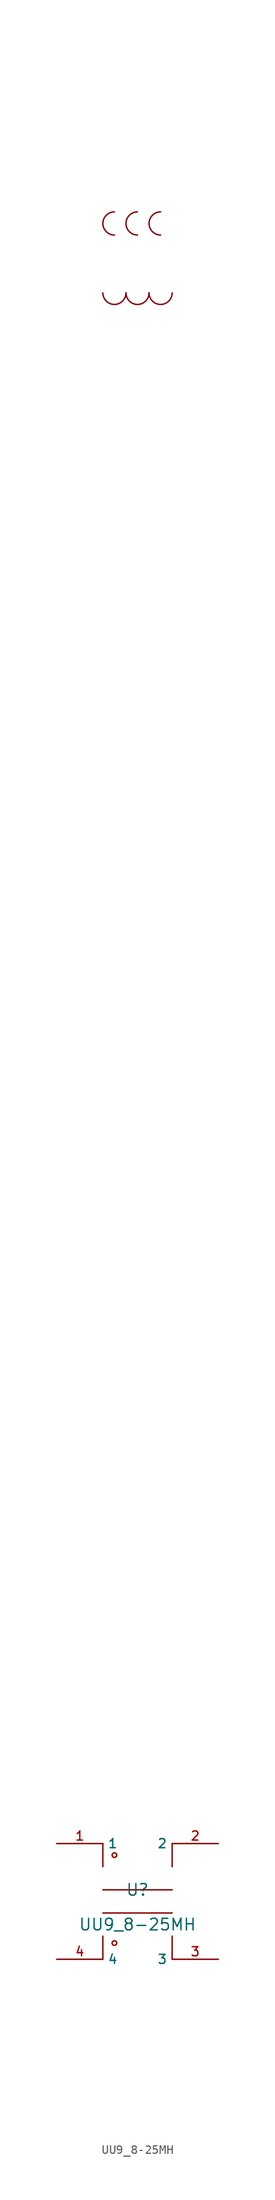
<source format=kicad_sym>
(kicad_symbol_lib
  (version 20210201)
  (generator TousstNicolas/JLC2KiCad_lib)
  (symbol "UU9_8-25MH"
    (property "Reference" "U"
      (at 0 1.27 0)
      (effects (font (size 1.27 1.27))))
    (property "Value" "UU9_8-25MH"
      (at 0 -2.54 0)
      (effects (font (size 1.27 1.27))))
    (symbol "UU9_8-25MH_0_1"
      (circle (center -2.54 -4.572) (radius 0.254) (stroke (width 0) (type default) (color 0 0 0 0)) (fill (type background)))
      (circle (center -2.54 5.08) (radius 0.254) (stroke (width 0) (type default) (color 0 0 0 0)) (fill (type background)))
      (polyline (pts (xy -3.81 -1.27) (xy 3.81 -1.27)) (stroke (width 0) (type default) (color 0 0 0 0)) (fill (type none)))
      (polyline (pts (xy -3.81 1.27) (xy 3.81 1.27)) (stroke (width 0) (type default) (color 0 0 0 0)) (fill (type none)))
      (polyline (pts (xy -3.81 -6.35) (xy -3.81 -3.81)) (stroke (width 0) (type default) (color 0 0 0 0)) (fill (type none)))
      (polyline (pts (xy 3.81 -6.35) (xy 3.81 -3.81)) (stroke (width 0) (type default) (color 0 0 0 0)) (fill (type none)))
      (arc (start -2.54000508001016 182.88036576073154) (mid -3.81000762001524 184.1503683007366) (end -2.54000508001016 185.4203708407417) (stroke (width 0) (type default) (color 0 0 0 0)) (fill (type none)))
      (arc (start 0.0 182.88036576073154) (mid -1.27000254000508 184.1503683007366) (end 0.0 185.4203708407417) (stroke (width 0) (type default) (color 0 0 0 0)) (fill (type none)))
      (arc (start 2.54000508001016 182.88036576073154) (mid 1.27000254000508 184.1503683007366) (end 2.54000508001016 185.4203708407417) (stroke (width 0) (type default) (color 0 0 0 0)) (fill (type none)))
      (polyline (pts (xy 3.81 6.35) (xy 3.81 3.81)) (stroke (width 0) (type default) (color 0 0 0 0)) (fill (type none)))
      (polyline (pts (xy -3.81 6.35) (xy -3.81 3.81)) (stroke (width 0) (type default) (color 0 0 0 0)) (fill (type none)))
      (arc (start 3.81000762001524 176.53035306070612) (mid 2.54000508001016 175.26035052070105) (end 1.27000254000508 176.53035306070612) (stroke (width 0) (type default) (color 0 0 0 0)) (fill (type none)))
      (arc (start 1.27000254000508 176.53035306070612) (mid 0.0 175.26035052070105) (end -1.27000254000508 176.53035306070612) (stroke (width 0) (type default) (color 0 0 0 0)) (fill (type none)))
      (arc (start -1.27000254000508 176.53035306070612) (mid -2.54000508001016 175.26035052070105) (end -3.81000762001524 176.53035306070612) (stroke (width 0) (type default) (color 0 0 0 0)) (fill (type none)))
      (pin unspecified line (at -8.89 -6.35 0) (length 5.08) (name "4" (effects (font (size 1 1)))) (number "4" (effects (font (size 1 1)))))
      (pin unspecified line (at 8.89 -6.35 180) (length 5.08) (name "3" (effects (font (size 1 1)))) (number "3" (effects (font (size 1 1)))))
      (pin unspecified line (at 8.89 6.35 180) (length 5.08) (name "2" (effects (font (size 1 1)))) (number "2" (effects (font (size 1 1)))))
      (pin unspecified line (at -8.89 6.35 0) (length 5.08) (name "1" (effects (font (size 1 1)))) (number "1" (effects (font (size 1 1))))))))
</source>
